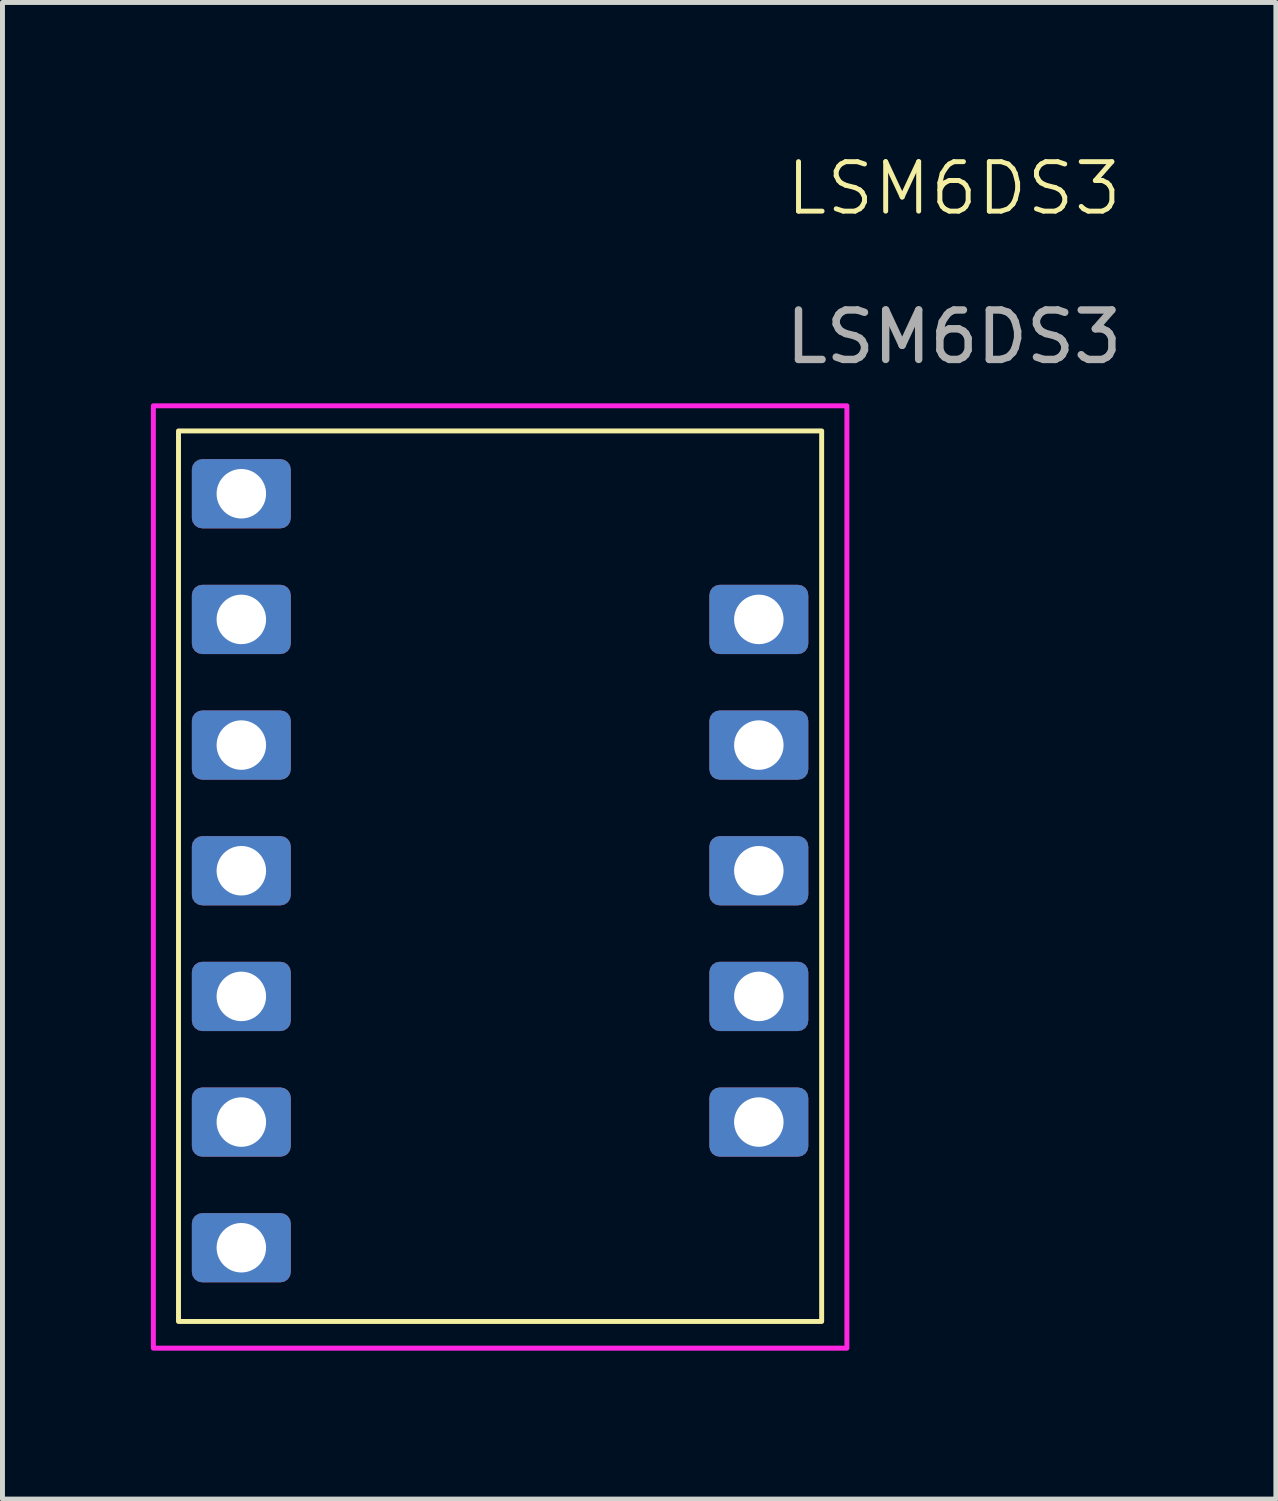
<source format=kicad_pcb>
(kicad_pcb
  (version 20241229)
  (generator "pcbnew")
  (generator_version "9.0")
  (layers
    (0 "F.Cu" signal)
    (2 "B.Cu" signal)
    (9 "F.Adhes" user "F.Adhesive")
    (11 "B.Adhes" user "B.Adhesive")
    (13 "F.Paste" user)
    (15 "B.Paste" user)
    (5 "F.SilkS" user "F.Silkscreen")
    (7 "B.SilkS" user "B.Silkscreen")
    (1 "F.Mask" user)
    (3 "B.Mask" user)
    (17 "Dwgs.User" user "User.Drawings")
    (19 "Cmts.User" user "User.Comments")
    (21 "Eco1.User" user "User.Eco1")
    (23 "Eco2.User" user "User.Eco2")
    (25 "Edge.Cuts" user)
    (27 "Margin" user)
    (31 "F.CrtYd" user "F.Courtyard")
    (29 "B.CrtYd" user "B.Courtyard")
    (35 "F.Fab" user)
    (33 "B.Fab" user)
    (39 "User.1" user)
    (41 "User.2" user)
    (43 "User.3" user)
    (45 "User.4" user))
  (footprint "LSM6DS3"
    (layer "F.Cu")
    (at 0.558 5.66)
    (property "Reference" "LSM6DS3" (at 15.675 -4.9 0) (unlocked yes) (layer "F.SilkS") (effects (font (size 1 1) (thickness 0.1))))
    (attr smd)
    (fp_rect (start 0 0) (end 13 18) (stroke (width 0.1) (type solid)) (fill no) (layer "F.SilkS"))
    (fp_rect (start -0.508 -0.508) (end 13.51 18.54) (stroke (width 0.1) (type solid)) (fill no) (layer "F.CrtYd"))
    (fp_text user "${REFERENCE}" (at 15.675 -1.9 0) (unlocked yes) (layer "F.Fab") (effects (font (size 1 1) (thickness 0.15))))
    (pad "1" thru_hole roundrect (at 1.27 1.27) (size 2 1.4) (drill 1) (layers "*.Cu" "*.Mask") (roundrect_rratio 0.15))
    (pad "2" thru_hole roundrect (at 1.27 3.81) (size 2 1.4) (drill 1) (layers "*.Cu" "*.Mask") (roundrect_rratio 0.15))
    (pad "3" thru_hole roundrect (at 1.27 6.35) (size 2 1.4) (drill 1) (layers "*.Cu" "*.Mask") (roundrect_rratio 0.15))
    (pad "4" thru_hole roundrect (at 1.27 8.89) (size 2 1.4) (drill 1) (layers "*.Cu" "*.Mask") (roundrect_rratio 0.15))
    (pad "5" thru_hole roundrect (at 1.27 11.43) (size 2 1.4) (drill 1) (layers "*.Cu" "*.Mask") (roundrect_rratio 0.15))
    (pad "6" thru_hole roundrect (at 1.27 13.97) (size 2 1.4) (drill 1) (layers "*.Cu" "*.Mask") (roundrect_rratio 0.15))
    (pad "7" thru_hole roundrect (at 1.27 16.51) (size 2 1.4) (drill 1) (layers "*.Cu" "*.Mask") (roundrect_rratio 0.15))
    (pad "8" thru_hole roundrect (at 11.73 3.81) (size 2 1.4) (drill 1) (layers "*.Cu" "*.Mask") (roundrect_rratio 0.15))
    (pad "9" thru_hole roundrect (at 11.73 6.35) (size 2 1.4) (drill 1) (layers "*.Cu" "*.Mask") (roundrect_rratio 0.15))
    (pad "10" thru_hole roundrect (at 11.73 8.89) (size 2 1.4) (drill 1) (layers "*.Cu" "*.Mask") (roundrect_rratio 0.15))
    (pad "11" thru_hole roundrect (at 11.73 11.43) (size 2 1.4) (drill 1) (layers "*.Cu" "*.Mask") (roundrect_rratio 0.15))
    (pad "12" thru_hole roundrect (at 11.73 13.97) (size 2 1.4) (drill 1) (layers "*.Cu" "*.Mask") (roundrect_rratio 0.15)))
  (gr_rect
    (start -3 -3)
    (end 22.739 27.25)
    (stroke (width 0.1) (type default))
    (fill no)
    (layer "Edge.Cuts")))
</source>
